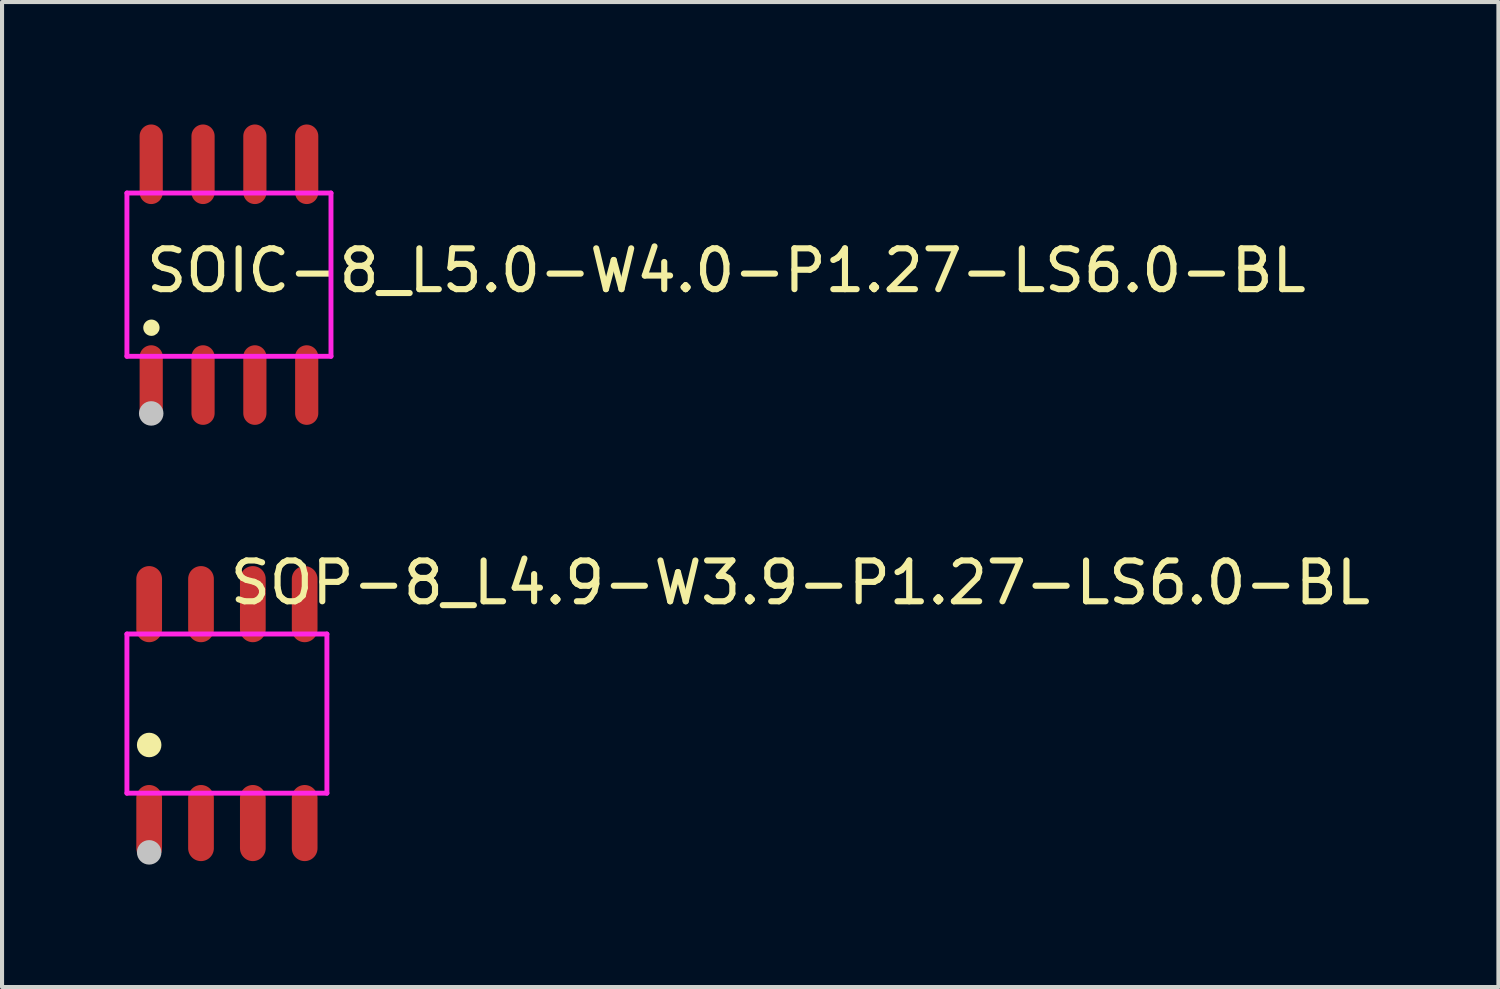
<source format=kicad_pcb>
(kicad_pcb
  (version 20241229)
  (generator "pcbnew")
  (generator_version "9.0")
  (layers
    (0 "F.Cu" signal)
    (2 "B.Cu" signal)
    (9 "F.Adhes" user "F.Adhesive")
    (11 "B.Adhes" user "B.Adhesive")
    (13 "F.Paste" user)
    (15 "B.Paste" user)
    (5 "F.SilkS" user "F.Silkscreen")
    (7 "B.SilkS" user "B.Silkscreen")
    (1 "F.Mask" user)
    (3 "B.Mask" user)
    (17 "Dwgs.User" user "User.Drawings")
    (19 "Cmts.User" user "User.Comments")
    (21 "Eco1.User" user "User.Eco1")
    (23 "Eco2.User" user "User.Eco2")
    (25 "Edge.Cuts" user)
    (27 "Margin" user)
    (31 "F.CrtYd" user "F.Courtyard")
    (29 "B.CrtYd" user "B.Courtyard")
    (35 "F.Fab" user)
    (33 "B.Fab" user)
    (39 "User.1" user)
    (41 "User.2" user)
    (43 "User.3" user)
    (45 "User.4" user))
  (footprint "SOIC-8_L5.0-W4.0-P1.27-LS6.0-BL"
    (layer "F.Cu")
    (at 2.56 3.68)
    (property "Reference" "SOIC-8_L5.0-W4.0-P1.27-LS6.0-BL" (at -2.1 -0.1 0) (layer "F.SilkS") (effects (font (size 1 1) (thickness 0.15)) (justify left)))
    (attr through_hole)
    (fp_circle (center -1.9 1.3) (end -1.8 1.3) (stroke (width 0.2) (type solid)) (fill no) (layer "F.SilkS"))
    (fp_circle (center -1.905 3.4) (end -1.755 3.4) (stroke (width 0.3) (type solid)) (fill no) (layer "Dwgs.User"))
    (fp_line (start -2.11 -2.175) (end -1.7 -2.175) (stroke (width 0.12) (type solid)) (layer "Eco2.User"))
    (fp_line (start -2.11 -1.94) (end -2.11 -2.175) (stroke (width 0.12) (type solid)) (layer "Eco2.User"))
    (fp_line (start -2.11 1.94) (end -1.7 1.94) (stroke (width 0.12) (type solid)) (layer "Eco2.User"))
    (fp_line (start -2.11 2.175) (end -2.11 1.94) (stroke (width 0.12) (type solid)) (layer "Eco2.User"))
    (fp_line (start -1.7 -2.175) (end -1.7 -1.94) (stroke (width 0.12) (type solid)) (layer "Eco2.User"))
    (fp_line (start -1.7 -1.94) (end -2.11 -1.94) (stroke (width 0.12) (type solid)) (layer "Eco2.User"))
    (fp_line (start -1.7 1.94) (end -1.7 2.175) (stroke (width 0.12) (type solid)) (layer "Eco2.User"))
    (fp_line (start -1.7 2.175) (end -2.11 2.175) (stroke (width 0.12) (type solid)) (layer "Eco2.User"))
    (fp_line (start -0.84 -2.175) (end -0.43 -2.175) (stroke (width 0.12) (type solid)) (layer "Eco2.User"))
    (fp_line (start -0.84 -1.94) (end -0.84 -2.175) (stroke (width 0.12) (type solid)) (layer "Eco2.User"))
    (fp_line (start -0.84 1.94) (end -0.43 1.94) (stroke (width 0.12) (type solid)) (layer "Eco2.User"))
    (fp_line (start -0.84 2.175) (end -0.84 1.94) (stroke (width 0.12) (type solid)) (layer "Eco2.User"))
    (fp_line (start -0.43 -2.175) (end -0.43 -1.94) (stroke (width 0.12) (type solid)) (layer "Eco2.User"))
    (fp_line (start -0.43 -1.94) (end -0.84 -1.94) (stroke (width 0.12) (type solid)) (layer "Eco2.User"))
    (fp_line (start -0.43 1.94) (end -0.43 2.175) (stroke (width 0.12) (type solid)) (layer "Eco2.User"))
    (fp_line (start -0.43 2.175) (end -0.84 2.175) (stroke (width 0.12) (type solid)) (layer "Eco2.User"))
    (fp_line (start 0.43 -2.175) (end 0.84 -2.175) (stroke (width 0.12) (type solid)) (layer "Eco2.User"))
    (fp_line (start 0.43 -1.94) (end 0.43 -2.175) (stroke (width 0.12) (type solid)) (layer "Eco2.User"))
    (fp_line (start 0.43 1.94) (end 0.84 1.94) (stroke (width 0.12) (type solid)) (layer "Eco2.User"))
    (fp_line (start 0.43 2.175) (end 0.43 1.94) (stroke (width 0.12) (type solid)) (layer "Eco2.User"))
    (fp_line (start 0.84 -2.175) (end 0.84 -1.94) (stroke (width 0.12) (type solid)) (layer "Eco2.User"))
    (fp_line (start 0.84 -1.94) (end 0.43 -1.94) (stroke (width 0.12) (type solid)) (layer "Eco2.User"))
    (fp_line (start 0.84 1.94) (end 0.84 2.175) (stroke (width 0.12) (type solid)) (layer "Eco2.User"))
    (fp_line (start 0.84 2.175) (end 0.43 2.175) (stroke (width 0.12) (type solid)) (layer "Eco2.User"))
    (fp_line (start 1.7 -2.175) (end 2.11 -2.175) (stroke (width 0.12) (type solid)) (layer "Eco2.User"))
    (fp_line (start 1.7 -1.94) (end 1.7 -2.175) (stroke (width 0.12) (type solid)) (layer "Eco2.User"))
    (fp_line (start 1.7 1.94) (end 2.11 1.94) (stroke (width 0.12) (type solid)) (layer "Eco2.User"))
    (fp_line (start 1.7 2.175) (end 1.7 1.94) (stroke (width 0.12) (type solid)) (layer "Eco2.User"))
    (fp_line (start 2.11 -2.175) (end 2.11 -1.94) (stroke (width 0.12) (type solid)) (layer "Eco2.User"))
    (fp_line (start 2.11 -1.94) (end 1.7 -1.94) (stroke (width 0.12) (type solid)) (layer "Eco2.User"))
    (fp_line (start 2.11 1.94) (end 2.11 2.175) (stroke (width 0.12) (type solid)) (layer "Eco2.User"))
    (fp_line (start 2.11 2.175) (end 1.7 2.175) (stroke (width 0.12) (type solid)) (layer "Eco2.User"))
    (fp_circle (center -2.42 3) (end -2.39 3) (stroke (width 0.06) (type solid)) (fill no) (layer "Eco2.User"))
    (fp_poly (pts (xy -2.11 -2.165) (xy -2.11 -3) (xy -1.7 -3) (xy -1.7 -2.165)) (stroke (width 0.12) (type solid)) (fill no) (layer "Eco2.User"))
    (fp_poly (pts (xy -2.11 3) (xy -2.11 2.165) (xy -1.7 2.165) (xy -1.7 3)) (stroke (width 0.12) (type solid)) (fill no) (layer "Eco2.User"))
    (fp_poly (pts (xy -0.84 -2.165) (xy -0.84 -3) (xy -0.43 -3) (xy -0.43 -2.165)) (stroke (width 0.12) (type solid)) (fill no) (layer "Eco2.User"))
    (fp_poly (pts (xy -0.84 3) (xy -0.84 2.165) (xy -0.43 2.165) (xy -0.43 3)) (stroke (width 0.12) (type solid)) (fill no) (layer "Eco2.User"))
    (fp_poly (pts (xy 0.43 -2.165) (xy 0.43 -3) (xy 0.84 -3) (xy 0.84 -2.165)) (stroke (width 0.12) (type solid)) (fill no) (layer "Eco2.User"))
    (fp_poly (pts (xy 0.43 3) (xy 0.43 2.165) (xy 0.84 2.165) (xy 0.84 3)) (stroke (width 0.12) (type solid)) (fill no) (layer "Eco2.User"))
    (fp_poly (pts (xy 1.7 -2.165) (xy 1.7 -3) (xy 2.11 -3) (xy 2.11 -2.165)) (stroke (width 0.12) (type solid)) (fill no) (layer "Eco2.User"))
    (fp_poly (pts (xy 1.7 3) (xy 1.7 2.165) (xy 2.11 2.165) (xy 2.11 3)) (stroke (width 0.12) (type solid)) (fill no) (layer "Eco2.User"))
    (fp_line (start -2.5 -2) (end 2.5 -2) (stroke (width 0.12) (type solid)) (layer "F.CrtYd"))
    (fp_line (start -2.5 2) (end -2.5 -2) (stroke (width 0.12) (type solid)) (layer "F.CrtYd"))
    (fp_line (start 2.5 -2) (end 2.5 2) (stroke (width 0.12) (type solid)) (layer "F.CrtYd"))
    (fp_line (start 2.5 2) (end -2.5 2) (stroke (width 0.12) (type solid)) (layer "F.CrtYd"))
    (pad "1" smd oval (at -1.905 2.705) (size 0.568 1.95) (layers "F.Cu" "F.Mask" "F.Paste"))
    (pad "2" smd oval (at -0.635 2.705) (size 0.568 1.95) (layers "F.Cu" "F.Mask" "F.Paste"))
    (pad "3" smd oval (at 0.635 2.705) (size 0.568 1.95) (layers "F.Cu" "F.Mask" "F.Paste"))
    (pad "4" smd oval (at 1.905 2.705) (size 0.568 1.95) (layers "F.Cu" "F.Mask" "F.Paste"))
    (pad "5" smd oval (at 1.905 -2.705) (size 0.568 1.95) (layers "F.Cu" "F.Mask" "F.Paste"))
    (pad "6" smd oval (at 0.635 -2.705) (size 0.568 1.95) (layers "F.Cu" "F.Mask" "F.Paste"))
    (pad "7" smd oval (at -0.635 -2.705) (size 0.568 1.95) (layers "F.Cu" "F.Mask" "F.Paste"))
    (pad "8" smd oval (at -1.905 -2.705) (size 0.568 1.95) (layers "F.Cu" "F.Mask" "F.Paste")))
  (footprint "SOP-8_L4.9-W3.9-P1.27-LS6.0-BL"
    (layer "F.Cu")
    (at 2.51 14.435)
    (property "Reference" "SOP-8_L4.9-W3.9-P1.27-LS6.0-BL" (at 0 -3.207 0) (layer "F.SilkS") (effects (font (size 1 1) (thickness 0.15)) (justify left)))
    (attr through_hole)
    (fp_circle (center -1.905 0.769) (end -1.755 0.769) (stroke (width 0.3) (type solid)) (fill no) (layer "F.SilkS"))
    (fp_circle (center -1.905 3.4) (end -1.755 3.4) (stroke (width 0.3) (type solid)) (fill no) (layer "Dwgs.User"))
    (fp_line (start -2.115 -2.175) (end -1.695 -2.175) (stroke (width 0.12) (type solid)) (layer "Eco2.User"))
    (fp_line (start -2.115 -1.94) (end -2.115 -2.175) (stroke (width 0.12) (type solid)) (layer "Eco2.User"))
    (fp_line (start -2.115 1.94) (end -1.695 1.94) (stroke (width 0.12) (type solid)) (layer "Eco2.User"))
    (fp_line (start -2.115 2.175) (end -2.115 1.94) (stroke (width 0.12) (type solid)) (layer "Eco2.User"))
    (fp_line (start -1.695 -2.175) (end -1.695 -1.94) (stroke (width 0.12) (type solid)) (layer "Eco2.User"))
    (fp_line (start -1.695 -1.94) (end -2.115 -1.94) (stroke (width 0.12) (type solid)) (layer "Eco2.User"))
    (fp_line (start -1.695 1.94) (end -1.695 2.175) (stroke (width 0.12) (type solid)) (layer "Eco2.User"))
    (fp_line (start -1.695 2.175) (end -2.115 2.175) (stroke (width 0.12) (type solid)) (layer "Eco2.User"))
    (fp_line (start -0.845 -2.175) (end -0.425 -2.175) (stroke (width 0.12) (type solid)) (layer "Eco2.User"))
    (fp_line (start -0.845 -1.94) (end -0.845 -2.175) (stroke (width 0.12) (type solid)) (layer "Eco2.User"))
    (fp_line (start -0.845 1.94) (end -0.425 1.94) (stroke (width 0.12) (type solid)) (layer "Eco2.User"))
    (fp_line (start -0.845 2.175) (end -0.845 1.94) (stroke (width 0.12) (type solid)) (layer "Eco2.User"))
    (fp_line (start -0.425 -2.175) (end -0.425 -1.94) (stroke (width 0.12) (type solid)) (layer "Eco2.User"))
    (fp_line (start -0.425 -1.94) (end -0.845 -1.94) (stroke (width 0.12) (type solid)) (layer "Eco2.User"))
    (fp_line (start -0.425 1.94) (end -0.425 2.175) (stroke (width 0.12) (type solid)) (layer "Eco2.User"))
    (fp_line (start -0.425 2.175) (end -0.845 2.175) (stroke (width 0.12) (type solid)) (layer "Eco2.User"))
    (fp_line (start 0.425 -2.175) (end 0.845 -2.175) (stroke (width 0.12) (type solid)) (layer "Eco2.User"))
    (fp_line (start 0.425 -1.94) (end 0.425 -2.175) (stroke (width 0.12) (type solid)) (layer "Eco2.User"))
    (fp_line (start 0.425 1.94) (end 0.845 1.94) (stroke (width 0.12) (type solid)) (layer "Eco2.User"))
    (fp_line (start 0.425 2.175) (end 0.425 1.94) (stroke (width 0.12) (type solid)) (layer "Eco2.User"))
    (fp_line (start 0.845 -2.175) (end 0.845 -1.94) (stroke (width 0.12) (type solid)) (layer "Eco2.User"))
    (fp_line (start 0.845 -1.94) (end 0.425 -1.94) (stroke (width 0.12) (type solid)) (layer "Eco2.User"))
    (fp_line (start 0.845 1.94) (end 0.845 2.175) (stroke (width 0.12) (type solid)) (layer "Eco2.User"))
    (fp_line (start 0.845 2.175) (end 0.425 2.175) (stroke (width 0.12) (type solid)) (layer "Eco2.User"))
    (fp_line (start 1.695 -2.175) (end 2.115 -2.175) (stroke (width 0.12) (type solid)) (layer "Eco2.User"))
    (fp_line (start 1.695 -1.94) (end 1.695 -2.175) (stroke (width 0.12) (type solid)) (layer "Eco2.User"))
    (fp_line (start 1.695 1.94) (end 2.115 1.94) (stroke (width 0.12) (type solid)) (layer "Eco2.User"))
    (fp_line (start 1.695 2.175) (end 1.695 1.94) (stroke (width 0.12) (type solid)) (layer "Eco2.User"))
    (fp_line (start 2.115 -2.175) (end 2.115 -1.94) (stroke (width 0.12) (type solid)) (layer "Eco2.User"))
    (fp_line (start 2.115 -1.94) (end 1.695 -1.94) (stroke (width 0.12) (type solid)) (layer "Eco2.User"))
    (fp_line (start 2.115 1.94) (end 2.115 2.175) (stroke (width 0.12) (type solid)) (layer "Eco2.User"))
    (fp_line (start 2.115 2.175) (end 1.695 2.175) (stroke (width 0.12) (type solid)) (layer "Eco2.User"))
    (fp_circle (center -2.45 3) (end -2.42 3) (stroke (width 0.06) (type solid)) (fill no) (layer "Eco2.User"))
    (fp_poly (pts (xy -2.115 -2.165) (xy -2.115 -3) (xy -1.695 -3) (xy -1.695 -2.165)) (stroke (width 0.12) (type solid)) (fill no) (layer "Eco2.User"))
    (fp_poly (pts (xy -2.115 3) (xy -2.115 2.165) (xy -1.695 2.165) (xy -1.695 3)) (stroke (width 0.12) (type solid)) (fill no) (layer "Eco2.User"))
    (fp_poly (pts (xy -0.845 -2.165) (xy -0.845 -3) (xy -0.425 -3) (xy -0.425 -2.165)) (stroke (width 0.12) (type solid)) (fill no) (layer "Eco2.User"))
    (fp_poly (pts (xy -0.845 3) (xy -0.845 2.165) (xy -0.425 2.165) (xy -0.425 3)) (stroke (width 0.12) (type solid)) (fill no) (layer "Eco2.User"))
    (fp_poly (pts (xy 0.425 -2.165) (xy 0.425 -3) (xy 0.845 -3) (xy 0.845 -2.165)) (stroke (width 0.12) (type solid)) (fill no) (layer "Eco2.User"))
    (fp_poly (pts (xy 0.425 3) (xy 0.425 2.165) (xy 0.845 2.165) (xy 0.845 3)) (stroke (width 0.12) (type solid)) (fill no) (layer "Eco2.User"))
    (fp_poly (pts (xy 1.695 -2.165) (xy 1.695 -3) (xy 2.115 -3) (xy 2.115 -2.165)) (stroke (width 0.12) (type solid)) (fill no) (layer "Eco2.User"))
    (fp_poly (pts (xy 1.695 3) (xy 1.695 2.165) (xy 2.115 2.165) (xy 2.115 3)) (stroke (width 0.12) (type solid)) (fill no) (layer "Eco2.User"))
    (fp_line (start -2.45 -1.95) (end 2.45 -1.95) (stroke (width 0.12) (type solid)) (layer "F.CrtYd"))
    (fp_line (start -2.45 1.95) (end -2.45 -1.95) (stroke (width 0.12) (type solid)) (layer "F.CrtYd"))
    (fp_line (start 2.45 -1.95) (end 2.45 1.95) (stroke (width 0.12) (type solid)) (layer "F.CrtYd"))
    (fp_line (start 2.45 1.95) (end -2.45 1.95) (stroke (width 0.12) (type solid)) (layer "F.CrtYd"))
    (pad "1" smd oval (at -1.905 2.682) (size 0.63 1.865) (layers "F.Cu" "F.Mask" "F.Paste"))
    (pad "2" smd oval (at -0.635 2.682) (size 0.63 1.865) (layers "F.Cu" "F.Mask" "F.Paste"))
    (pad "3" smd oval (at 0.635 2.682) (size 0.63 1.865) (layers "F.Cu" "F.Mask" "F.Paste"))
    (pad "4" smd oval (at 1.905 2.682) (size 0.63 1.865) (layers "F.Cu" "F.Mask" "F.Paste"))
    (pad "5" smd oval (at 1.905 -2.682) (size 0.63 1.865) (layers "F.Cu" "F.Mask" "F.Paste"))
    (pad "6" smd oval (at 0.635 -2.682) (size 0.63 1.865) (layers "F.Cu" "F.Mask" "F.Paste"))
    (pad "7" smd oval (at -0.635 -2.682) (size 0.63 1.865) (layers "F.Cu" "F.Mask" "F.Paste"))
    (pad "8" smd oval (at -1.905 -2.682) (size 0.63 1.865) (layers "F.Cu" "F.Mask" "F.Paste")))
  (gr_rect
    (start -3 -3)
    (end 33.665 21.135)
    (stroke (width 0.1) (type default))
    (fill no)
    (layer "Edge.Cuts")))
</source>
